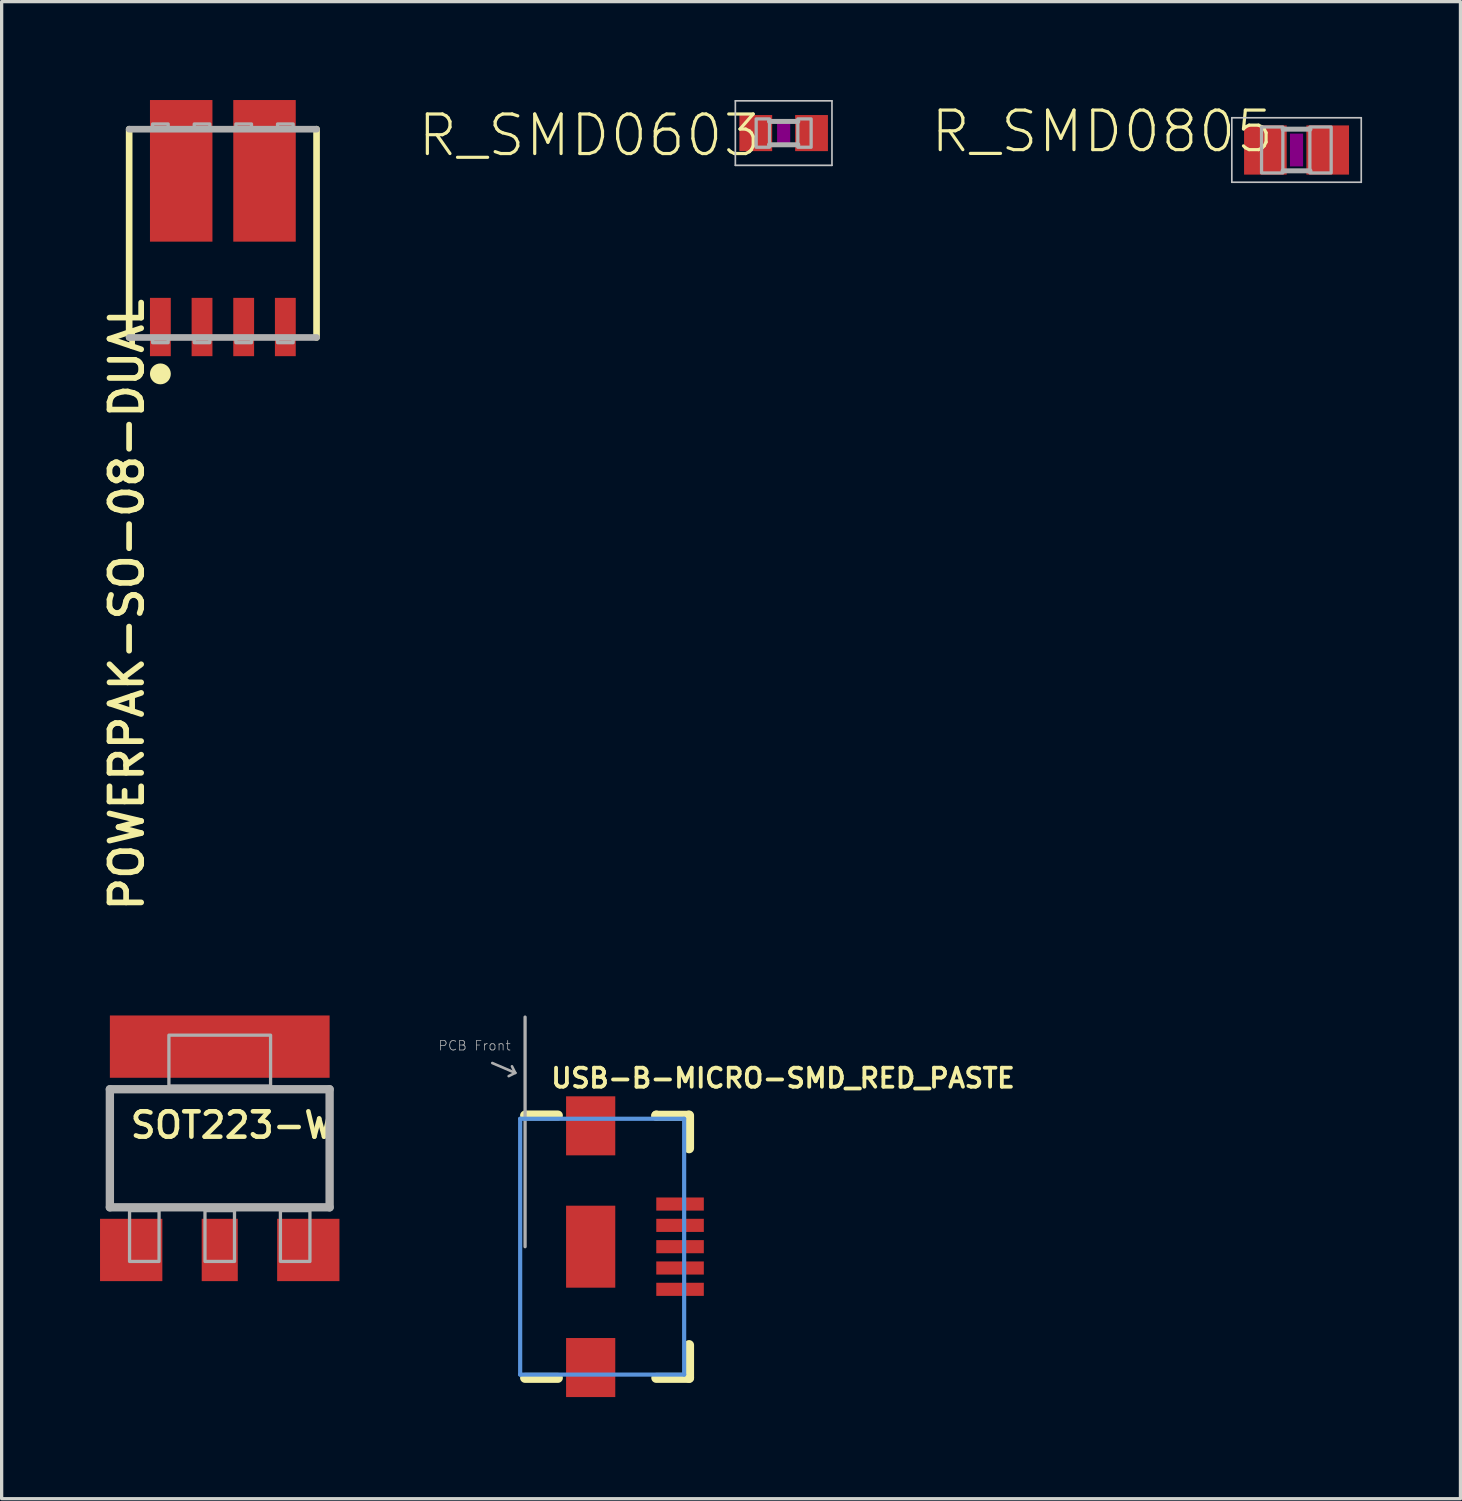
<source format=kicad_pcb>
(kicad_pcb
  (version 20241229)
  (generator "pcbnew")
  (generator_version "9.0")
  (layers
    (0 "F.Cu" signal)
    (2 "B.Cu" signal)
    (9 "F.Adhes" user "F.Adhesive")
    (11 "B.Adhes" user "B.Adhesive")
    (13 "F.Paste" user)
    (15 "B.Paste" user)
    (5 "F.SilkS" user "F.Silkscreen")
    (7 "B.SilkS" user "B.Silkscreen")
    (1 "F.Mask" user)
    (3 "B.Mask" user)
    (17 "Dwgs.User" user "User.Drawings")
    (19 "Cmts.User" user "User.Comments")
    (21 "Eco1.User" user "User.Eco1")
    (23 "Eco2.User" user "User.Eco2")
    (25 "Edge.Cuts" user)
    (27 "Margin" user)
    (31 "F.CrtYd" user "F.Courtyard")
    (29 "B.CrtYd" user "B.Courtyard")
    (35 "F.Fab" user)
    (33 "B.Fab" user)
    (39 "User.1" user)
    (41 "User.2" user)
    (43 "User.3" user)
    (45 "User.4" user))
  (footprint "USB-B-MICRO-SMD_RED_PASTE"
    (layer "F.Cu")
    (at 14.96 34.962)
    (property "Reference" "USB-B-MICRO-SMD_RED_PASTE" (at -1.27 -4.801 0) (layer "F.SilkS") (effects (font (size 0.579 0.579) (thickness 0.116)) (justify left bottom)))
    (attr through_hole)
    (fp_poly (pts (xy -0.85 -2.684) (xy 0.85 -2.684) (xy 0.85 -4.684) (xy -0.85 -4.684)) (stroke (width 0) (type solid)) (fill yes) (layer "F.Mask"))
    (fp_poly (pts (xy -0.85 1.35) (xy 0.85 1.35) (xy 0.85 -1.35) (xy -0.85 -1.35)) (stroke (width 0) (type solid)) (fill yes) (layer "F.Mask"))
    (fp_poly (pts (xy -0.85 4.684) (xy 0.85 4.684) (xy 0.85 2.684) (xy -0.85 2.684)) (stroke (width 0) (type solid)) (fill yes) (layer "F.Mask"))
    (fp_line (start -1 -4) (end -2 -4) (stroke (width 0.305) (type solid)) (layer "F.SilkS"))
    (fp_line (start -1 4) (end -2 4) (stroke (width 0.305) (type solid)) (layer "F.SilkS"))
    (fp_line (start 2 -3.993) (end 2 -4) (stroke (width 0.305) (type solid)) (layer "F.SilkS"))
    (fp_line (start 2 4) (end 3 4) (stroke (width 0.305) (type solid)) (layer "F.SilkS"))
    (fp_line (start 2.982 -3.993) (end 2 -3.993) (stroke (width 0.305) (type solid)) (layer "F.SilkS"))
    (fp_line (start 3 -4) (end 3 -3) (stroke (width 0.305) (type solid)) (layer "F.SilkS"))
    (fp_line (start 3 4) (end 3 3) (stroke (width 0.305) (type solid)) (layer "F.SilkS"))
    (fp_poly (pts (xy -0.75 -2.784) (xy 0.75 -2.784) (xy 0.75 -4.584) (xy -0.75 -4.584)) (stroke (width 0) (type solid)) (fill yes) (layer "F.Paste"))
    (fp_poly (pts (xy -0.75 4.584) (xy 0.75 4.584) (xy 0.75 2.784) (xy -0.75 2.784)) (stroke (width 0) (type solid)) (fill yes) (layer "F.Paste"))
    (fp_poly (pts (xy -0.35 0.75) (xy 0.35 0.75) (xy 0.35 -0.75) (xy -0.35 -0.75)) (stroke (width 0) (type solid)) (fill yes) (layer "F.Paste"))
    (fp_poly (pts (xy 2.1 -0.5) (xy 3.35 -0.5) (xy 3.35 -0.8) (xy 2.1 -0.8)) (stroke (width 0) (type solid)) (fill yes) (layer "F.Paste"))
    (fp_poly (pts (xy 2.1 0.15) (xy 3.35 0.15) (xy 3.35 -0.15) (xy 2.1 -0.15)) (stroke (width 0) (type solid)) (fill yes) (layer "F.Paste"))
    (fp_poly (pts (xy 2.1 0.8) (xy 3.35 0.8) (xy 3.35 0.5) (xy 2.1 0.5)) (stroke (width 0) (type solid)) (fill yes) (layer "F.Paste"))
    (fp_line (start -2.15 -3.9) (end -2.15 3.9) (stroke (width 0.127) (type solid)) (layer "Cmts.User"))
    (fp_line (start 2.85 -3.9) (end -2.15 -3.9) (stroke (width 0.127) (type solid)) (layer "Cmts.User"))
    (fp_line (start 2.85 -3.9) (end 2.85 3.9) (stroke (width 0.127) (type solid)) (layer "Cmts.User"))
    (fp_line (start 2.85 3.9) (end -2.15 3.9) (stroke (width 0.127) (type solid)) (layer "Cmts.User"))
    (fp_line (start -3 -5.6) (end -2.3 -5.3) (stroke (width 0.08) (type solid)) (layer "F.Fab"))
    (fp_line (start -2.3 -5.3) (end -2.5 -5.2) (stroke (width 0.08) (type solid)) (layer "F.Fab"))
    (fp_line (start -2.3 -5.3) (end -2.4 -5.5) (stroke (width 0.08) (type solid)) (layer "F.Fab"))
    (fp_line (start -2 -7) (end -2 0) (stroke (width 0.1) (type solid)) (layer "F.Fab"))
    (fp_text user "PCB Front" (at -4.66 -5.96 0) (layer "F.Fab") (effects (font (size 0.29 0.29) (thickness 0.024)) (justify left bottom)))
    (pad "D+" smd rect (at 2.725 0 90) (size 0.4 1.45) (layers "F.Cu" "F.Mask"))
    (pad "D-" smd rect (at 2.725 -0.65 90) (size 0.4 1.45) (layers "F.Cu" "F.Mask"))
    (pad "GND" smd rect (at 2.725 1.3 90) (size 0.4 1.45) (layers "F.Cu" "F.Mask" "F.Paste"))
    (pad "ID" smd rect (at 2.725 0.65 90) (size 0.4 1.45) (layers "F.Cu" "F.Mask"))
    (pad "SHIELD1" smd rect (at 0 -3.685 90) (size 1.8 1.5) (layers "F.Cu" "F.Mask"))
    (pad "SHIELD2" smd rect (at 0 3.685 90) (size 1.8 1.5) (layers "F.Cu" "F.Mask"))
    (pad "SHIELD3" smd rect (at 0 0 90) (size 2.5 1.5) (layers "F.Cu" "F.Mask"))
    (pad "VBUS" smd rect (at 2.725 -1.3 90) (size 0.4 1.45) (layers "F.Cu" "F.Mask" "F.Paste")))
  (footprint "R_SMD0805"
    (layer "F.Cu")
    (at 36.482 1.524)
    (property "Reference" "R_SMD0805" (at -0.635 -1.27 180) (layer "F.SilkS") (effects (font (size 1.206 1.206) (thickness 0.097)) (justify right top)))
    (attr through_hole)
    (fp_poly (pts (xy -0.2 0.5) (xy 0.2 0.5) (xy 0.2 -0.5) (xy -0.2 -0.5)) (stroke (width 0) (type solid)) (fill yes) (layer "F.Adhes"))
    (fp_line (start -1.973 -0.983) (end 1.973 -0.983) (stroke (width 0.051) (type solid)) (layer "Dwgs.User"))
    (fp_line (start -1.973 0.983) (end -1.973 -0.983) (stroke (width 0.051) (type solid)) (layer "Dwgs.User"))
    (fp_line (start 1.973 -0.983) (end 1.973 0.983) (stroke (width 0.051) (type solid)) (layer "Dwgs.User"))
    (fp_line (start 1.973 0.983) (end -1.973 0.983) (stroke (width 0.051) (type solid)) (layer "Dwgs.User"))
    (fp_line (start -0.41 -0.635) (end 0.41 -0.635) (stroke (width 0.152) (type solid)) (layer "F.Fab"))
    (fp_line (start -0.41 0.635) (end 0.41 0.635) (stroke (width 0.152) (type solid)) (layer "F.Fab"))
    (fp_poly (pts (xy -1.067 0.699) (xy -0.417 0.699) (xy -0.417 -0.702) (xy -1.067 -0.702)) (stroke (width 0.1) (type solid)) (fill no) (layer "F.Fab"))
    (fp_poly (pts (xy 0.406 0.699) (xy 1.056 0.699) (xy 1.056 -0.702) (xy 0.406 -0.702)) (stroke (width 0.1) (type solid)) (fill no) (layer "F.Fab"))
    (pad "1" smd rect (at -0.95 0) (size 1.3 1.5) (layers "F.Cu" "F.Mask" "F.Paste"))
    (pad "2" smd rect (at 0.95 0) (size 1.3 1.5) (layers "F.Cu" "F.Mask" "F.Paste")))
  (footprint "SOT223-W"
    (layer "F.Cu")
    (at 3.65 31.962)
    (property "Reference" "SOT223-W" (at -2.794 -0.254 180) (layer "F.SilkS") (effects (font (size 0.772 0.772) (thickness 0.139)) (justify left bottom)))
    (attr through_hole)
    (fp_line (start -3.35 -1.8) (end 1.85 -1.8) (stroke (width 0.203) (type solid)) (layer "F.SilkS"))
    (fp_line (start -3.35 1.8) (end -3.35 -1.8) (stroke (width 0.203) (type solid)) (layer "F.SilkS"))
    (fp_line (start -3.278 1.8) (end 0.724 1.8) (stroke (width 0.203) (type solid)) (layer "F.SilkS"))
    (fp_line (start 0.8 1.8) (end 3.278 1.8) (stroke (width 0.203) (type solid)) (layer "F.SilkS"))
    (fp_line (start 1.96 -1.8) (end 1.85 -1.8) (stroke (width 0.203) (type solid)) (layer "F.SilkS"))
    (fp_line (start 3.35 -1.8) (end 1.96 -1.8) (stroke (width 0.203) (type solid)) (layer "F.SilkS"))
    (fp_line (start 3.35 1.8) (end 3.35 -1.8) (stroke (width 0.203) (type solid)) (layer "F.SilkS"))
    (fp_line (start -3.35 -1.8) (end -3.35 1.8) (stroke (width 0.254) (type solid)) (layer "F.Fab"))
    (fp_line (start -3.35 1.8) (end 3.35 1.8) (stroke (width 0.254) (type solid)) (layer "F.Fab"))
    (fp_line (start 3.35 -1.8) (end -3.35 -1.8) (stroke (width 0.254) (type solid)) (layer "F.Fab"))
    (fp_line (start 3.35 1.8) (end 3.35 -1.8) (stroke (width 0.254) (type solid)) (layer "F.Fab"))
    (fp_poly (pts (xy -2.75 3.45) (xy -1.85 3.45) (xy -1.85 1.9) (xy -2.75 1.9)) (stroke (width 0.1) (type solid)) (fill no) (layer "F.Fab"))
    (fp_poly (pts (xy -1.55 -1.9) (xy 1.55 -1.9) (xy 1.55 -3.45) (xy -1.55 -3.45)) (stroke (width 0.1) (type solid)) (fill no) (layer "F.Fab"))
    (fp_poly (pts (xy -0.45 3.45) (xy 0.45 3.45) (xy 0.45 1.9) (xy -0.45 1.9)) (stroke (width 0.1) (type solid)) (fill no) (layer "F.Fab"))
    (fp_poly (pts (xy 1.85 3.45) (xy 2.75 3.45) (xy 2.75 1.9) (xy 1.85 1.9)) (stroke (width 0.1) (type solid)) (fill no) (layer "F.Fab"))
    (pad "1" smd rect (at -2.7 3.1) (size 1.9 1.9) (layers "F.Cu" "F.Mask" "F.Paste"))
    (pad "2" smd rect (at 0 3.1) (size 1.1 1.9) (layers "F.Cu" "F.Mask" "F.Paste"))
    (pad "3" smd rect (at 2.7 3.1) (size 1.9 1.9) (layers "F.Cu" "F.Mask" "F.Paste"))
    (pad "4" smd rect (at 0 -3.1) (size 6.7 1.9) (layers "F.Cu" "F.Mask" "F.Paste")))
  (footprint "POWERPAK-SO-08-DUAL"
    (layer "F.Cu")
    (at 3.745 4.064)
    (property "Reference" "POWERPAK-SO-08-DUAL" (at -3.493 1.905 270) (layer "F.SilkS") (effects (font (size 0.965 0.965) (thickness 0.174)) (justify right top)))
    (attr through_hole)
    (fp_line (start -2.857 3.175) (end -2.857 -3.175) (stroke (width 0.203) (type solid)) (layer "F.SilkS"))
    (fp_line (start 2.857 -3.175) (end 2.857 3.175) (stroke (width 0.203) (type solid)) (layer "F.SilkS"))
    (fp_circle (center -1.905 4.286) (end -1.587 4.286) (stroke (width 0) (type solid)) (fill yes) (layer "F.SilkS"))
    (fp_line (start -2.857 -3.175) (end 2.857 -3.175) (stroke (width 0.203) (type solid)) (layer "F.Fab"))
    (fp_line (start 2.857 3.175) (end -2.857 3.175) (stroke (width 0.203) (type solid)) (layer "F.Fab"))
    (fp_poly (pts (xy -2.143 -3.175) (xy -1.667 -3.175) (xy -1.667 -3.334) (xy -2.143 -3.334)) (stroke (width 0.1) (type solid)) (fill no) (layer "F.Fab"))
    (fp_poly (pts (xy -1.667 3.175) (xy -2.143 3.175) (xy -2.143 3.334) (xy -1.667 3.334)) (stroke (width 0.1) (type solid)) (fill no) (layer "F.Fab"))
    (fp_poly (pts (xy -0.873 -3.175) (xy -0.397 -3.175) (xy -0.397 -3.334) (xy -0.873 -3.334)) (stroke (width 0.1) (type solid)) (fill no) (layer "F.Fab"))
    (fp_poly (pts (xy -0.397 3.175) (xy -0.873 3.175) (xy -0.873 3.334) (xy -0.397 3.334)) (stroke (width 0.1) (type solid)) (fill no) (layer "F.Fab"))
    (fp_poly (pts (xy 0.397 -3.175) (xy 0.873 -3.175) (xy 0.873 -3.334) (xy 0.397 -3.334)) (stroke (width 0.1) (type solid)) (fill no) (layer "F.Fab"))
    (fp_poly (pts (xy 0.873 3.175) (xy 0.397 3.175) (xy 0.397 3.334) (xy 0.873 3.334)) (stroke (width 0.1) (type solid)) (fill no) (layer "F.Fab"))
    (fp_poly (pts (xy 1.667 -3.175) (xy 2.143 -3.175) (xy 2.143 -3.334) (xy 1.667 -3.334)) (stroke (width 0.1) (type solid)) (fill no) (layer "F.Fab"))
    (fp_poly (pts (xy 2.143 3.175) (xy 1.667 3.175) (xy 1.667 3.334) (xy 2.143 3.334)) (stroke (width 0.1) (type solid)) (fill no) (layer "F.Fab"))
    (pad "1" smd rect (at -1.905 2.857 180) (size 0.635 1.778) (layers "F.Cu" "F.Mask" "F.Paste"))
    (pad "2" smd rect (at -0.635 2.857 180) (size 0.635 1.778) (layers "F.Cu" "F.Mask" "F.Paste"))
    (pad "3" smd rect (at 0.635 2.857 180) (size 0.635 1.778) (layers "F.Cu" "F.Mask" "F.Paste"))
    (pad "4" smd rect (at 1.905 2.857 180) (size 0.635 1.778) (layers "F.Cu" "F.Mask" "F.Paste"))
    (pad "5-6" smd rect (at 1.27 -1.905) (size 1.905 4.318) (layers "F.Cu" "F.Mask" "F.Paste"))
    (pad "7-8" smd rect (at -1.27 -1.905) (size 1.905 4.318) (layers "F.Cu" "F.Mask" "F.Paste")))
  (footprint "R_SMD0603"
    (layer "F.Cu")
    (at 20.844 1.008)
    (property "Reference" "R_SMD0603" (at -0.635 -0.635 180) (layer "F.SilkS") (effects (font (size 1.206 1.206) (thickness 0.097)) (justify right top)))
    (attr through_hole)
    (fp_poly (pts (xy -0.2 0.4) (xy 0.2 0.4) (xy 0.2 -0.4) (xy -0.2 -0.4)) (stroke (width 0) (type solid)) (fill yes) (layer "F.Adhes"))
    (fp_line (start -1.473 -0.983) (end 1.473 -0.983) (stroke (width 0.051) (type solid)) (layer "Dwgs.User"))
    (fp_line (start -1.473 0.983) (end -1.473 -0.983) (stroke (width 0.051) (type solid)) (layer "Dwgs.User"))
    (fp_line (start 1.473 -0.983) (end 1.473 0.983) (stroke (width 0.051) (type solid)) (layer "Dwgs.User"))
    (fp_line (start 1.473 0.983) (end -1.473 0.983) (stroke (width 0.051) (type solid)) (layer "Dwgs.User"))
    (fp_line (start -0.432 0.356) (end 0.432 0.356) (stroke (width 0.152) (type solid)) (layer "F.Fab"))
    (fp_line (start 0.432 -0.356) (end -0.432 -0.356) (stroke (width 0.152) (type solid)) (layer "F.Fab"))
    (fp_poly (pts (xy -0.838 0.432) (xy -0.432 0.432) (xy -0.432 -0.432) (xy -0.838 -0.432)) (stroke (width 0.1) (type solid)) (fill no) (layer "F.Fab"))
    (fp_poly (pts (xy 0.432 0.432) (xy 0.838 0.432) (xy 0.838 -0.432) (xy 0.432 -0.432)) (stroke (width 0.1) (type solid)) (fill no) (layer "F.Fab"))
    (pad "1" smd rect (at -0.85 0) (size 1 1.1) (layers "F.Cu" "F.Mask" "F.Paste"))
    (pad "2" smd rect (at 0.85 0) (size 1 1.1) (layers "F.Cu" "F.Mask" "F.Paste")))
  (gr_rect
    (start -3 -3)
    (end 41.48 42.646)
    (stroke (width 0.1) (type default))
    (fill no)
    (layer "Edge.Cuts")))
</source>
